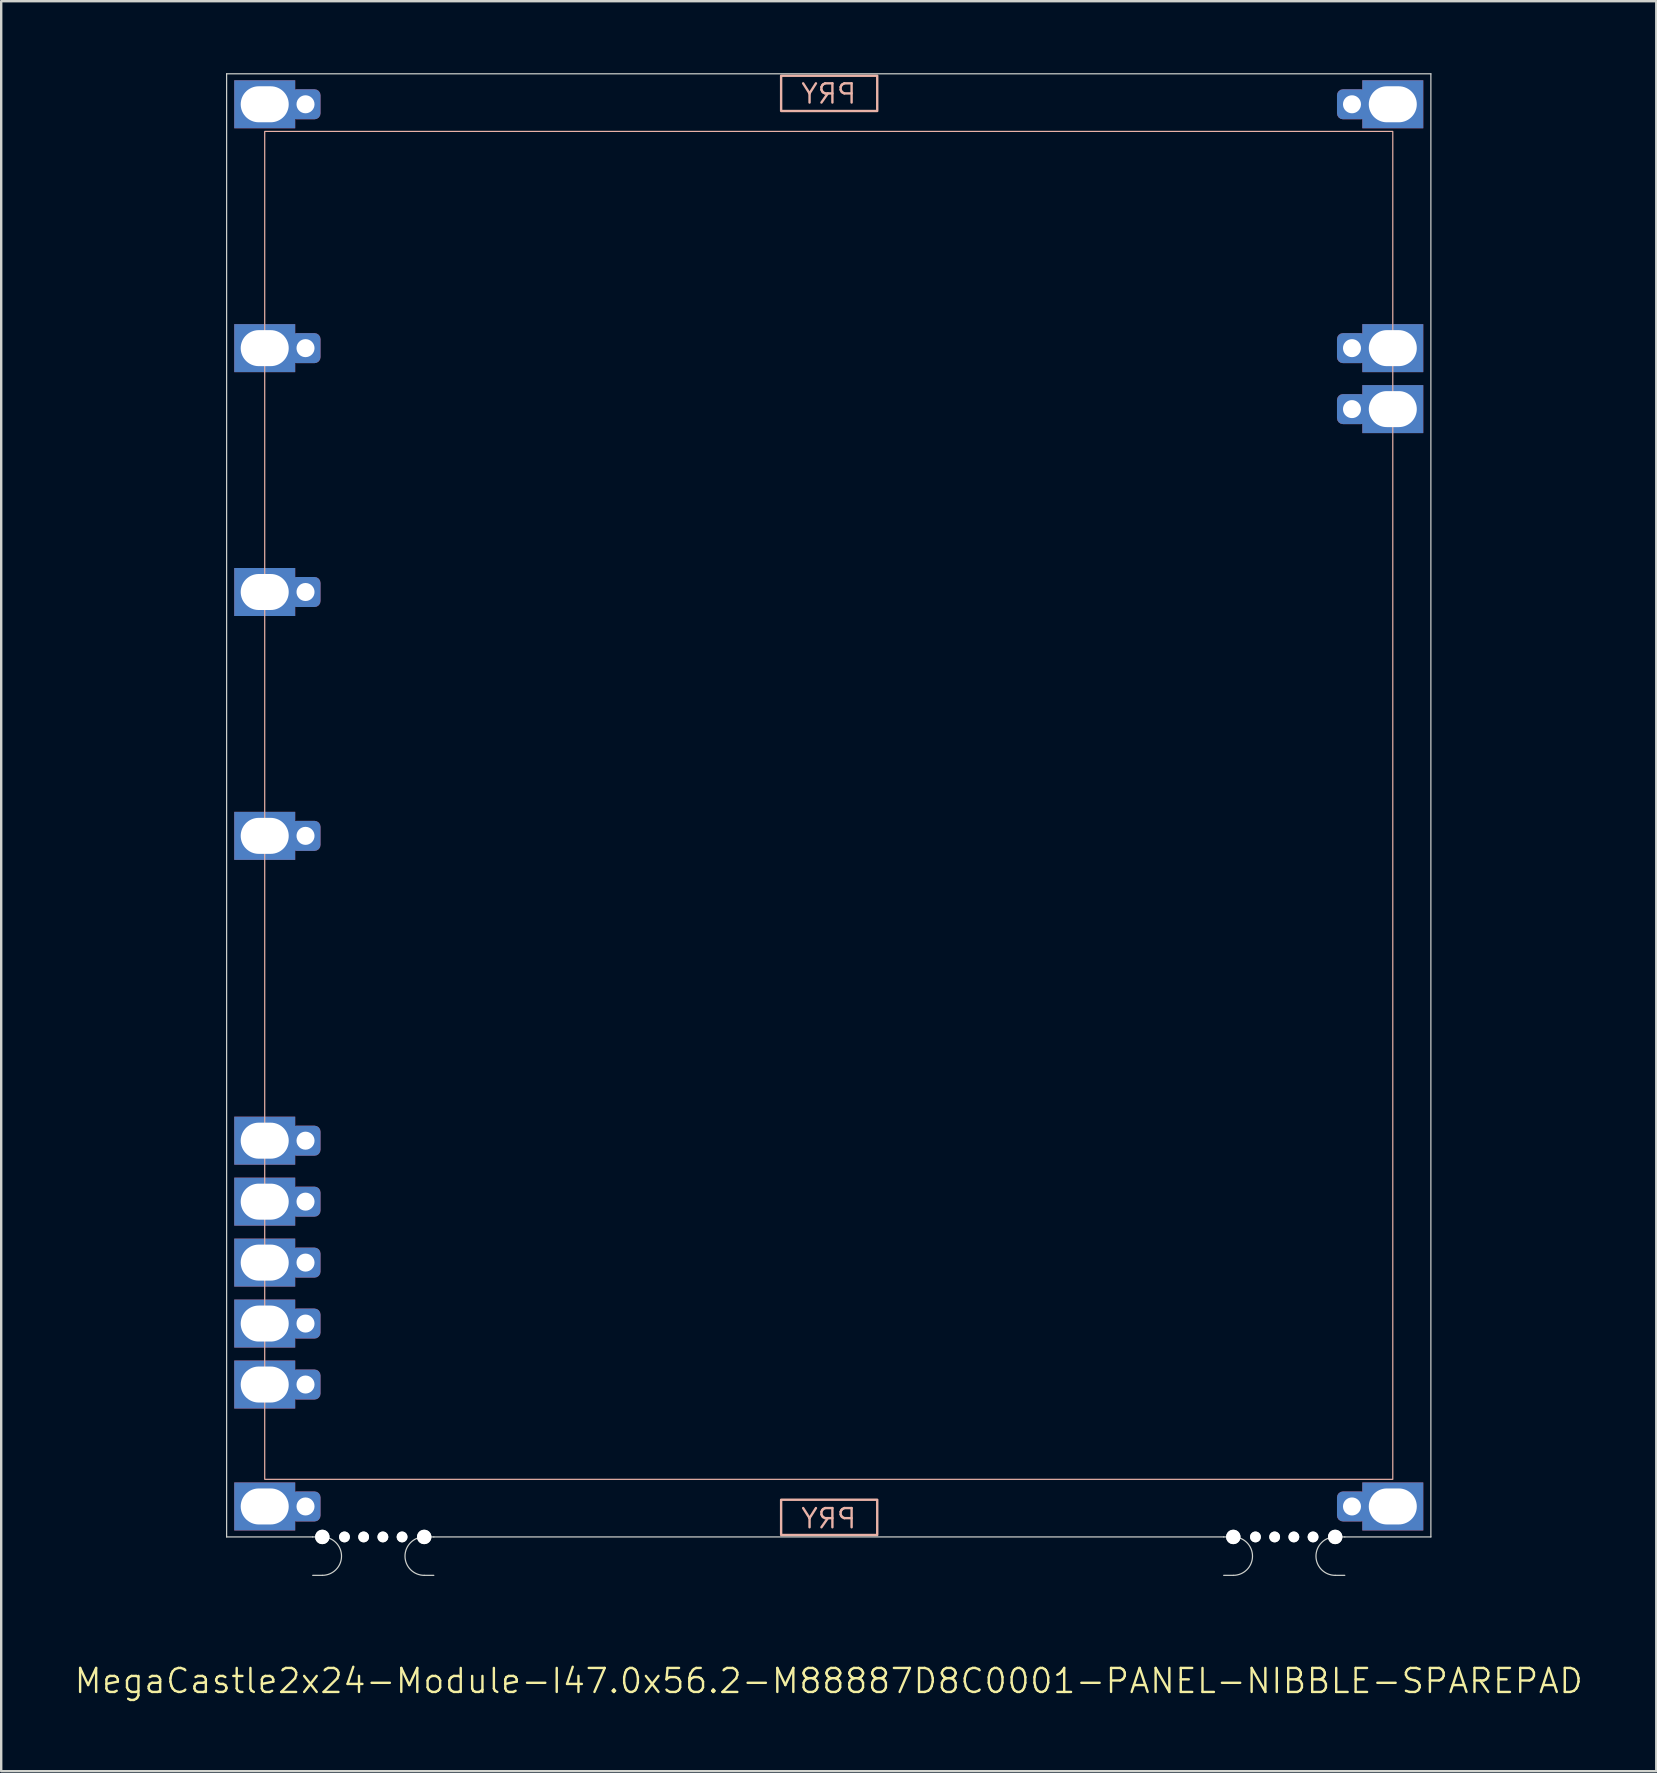
<source format=kicad_pcb>
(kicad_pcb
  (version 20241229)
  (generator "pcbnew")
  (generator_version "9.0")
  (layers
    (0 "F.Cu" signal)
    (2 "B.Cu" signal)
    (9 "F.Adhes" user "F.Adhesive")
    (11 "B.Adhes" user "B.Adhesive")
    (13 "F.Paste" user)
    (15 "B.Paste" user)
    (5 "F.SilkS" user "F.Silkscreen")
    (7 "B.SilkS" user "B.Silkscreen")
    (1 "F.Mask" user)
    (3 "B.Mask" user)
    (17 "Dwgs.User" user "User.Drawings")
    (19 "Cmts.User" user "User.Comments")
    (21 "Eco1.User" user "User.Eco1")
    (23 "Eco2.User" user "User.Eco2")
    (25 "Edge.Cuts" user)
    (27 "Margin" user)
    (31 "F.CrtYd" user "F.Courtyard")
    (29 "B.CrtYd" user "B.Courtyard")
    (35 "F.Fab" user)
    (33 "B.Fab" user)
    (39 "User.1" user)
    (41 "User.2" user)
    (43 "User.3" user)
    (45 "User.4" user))
  (footprint "MegaCastle2x24-Module-I47.0x56.2-M88887D8C0001-PANEL-NIBBLE-SPAREPAD"
    (layer "F.Cu")
    (at 31.479 30.505)
    (property "Reference" "MegaCastle2x24-Module-I47.0x56.2-M88887D8C0001-PANEL-NIBBLE-SPAREPAD" (at 0 36.48 0) (unlocked yes) (layer "F.SilkS") (effects (font (size 1 1) (thickness 0.1))))
    (attr smd)
    (fp_rect (start -23.5 28.08) (end 23.5 -28.08) (stroke (width 0.05) (type default)) (fill no) (layer "B.SilkS"))
    (fp_rect (start -1.984 -28.931) (end 2.02 -30.4) (stroke (width 0.1) (type default)) (fill no) (layer "B.SilkS"))
    (fp_rect (start -1.984 28.931) (end 2.02 30.4) (stroke (width 0.1) (type default)) (fill no) (layer "B.SilkS"))
    (fp_line (start -25.087 -30.48) (end -25.087 30.48) (stroke (width 0.05) (type default)) (layer "Edge.Cuts"))
    (fp_line (start -25.087 -30.48) (end 25.087 -30.48) (stroke (width 0.05) (type default)) (layer "Edge.Cuts"))
    (fp_line (start -25.087 30.48) (end -21.5 30.48) (stroke (width 0.05) (type default)) (layer "Edge.Cuts"))
    (fp_line (start -21.5 30.48) (end -21.1 30.48) (stroke (width 0.05) (type default)) (layer "Edge.Cuts"))
    (fp_line (start -21.5 32.08) (end -21.1 32.08) (stroke (width 0.05) (type default)) (layer "Edge.Cuts"))
    (fp_line (start -16.455 30.48) (end -16.855 30.48) (stroke (width 0.05) (type default)) (layer "Edge.Cuts"))
    (fp_line (start -16.455 30.48) (end 16.455 30.48) (stroke (width 0.05) (type default)) (layer "Edge.Cuts"))
    (fp_line (start -16.455 32.08) (end -16.855 32.08) (stroke (width 0.05) (type default)) (layer "Edge.Cuts"))
    (fp_line (start 16.455 30.48) (end 16.855 30.48) (stroke (width 0.05) (type default)) (layer "Edge.Cuts"))
    (fp_line (start 16.455 32.08) (end 16.855 32.08) (stroke (width 0.05) (type default)) (layer "Edge.Cuts"))
    (fp_line (start 21.5 30.48) (end 21.1 30.48) (stroke (width 0.05) (type default)) (layer "Edge.Cuts"))
    (fp_line (start 21.5 30.48) (end 25.087 30.48) (stroke (width 0.05) (type default)) (layer "Edge.Cuts"))
    (fp_line (start 21.5 32.08) (end 21.1 32.08) (stroke (width 0.05) (type default)) (layer "Edge.Cuts"))
    (fp_line (start 25.087 -30.48) (end 25.087 30.48) (stroke (width 0.05) (type default)) (layer "Edge.Cuts"))
    (fp_arc (start -21.1 30.48) (mid -20.299999 31.280001) (end -21.1 32.080002) (stroke (width 0.05) (type default)) (layer "Edge.Cuts"))
    (fp_arc (start -16.855 32.080002) (mid -17.655001 31.280001) (end -16.855 30.48) (stroke (width 0.05) (type default)) (layer "Edge.Cuts"))
    (fp_arc (start 16.855001 30.48) (mid 17.655003 31.280001) (end 16.855001 32.080002) (stroke (width 0.05) (type default)) (layer "Edge.Cuts"))
    (fp_arc (start 21.100002 32.080002) (mid 20.299998 31.28) (end 21.100002 30.48) (stroke (width 0.05) (type default)) (layer "Edge.Cuts"))
    (fp_text user "PRY" (at 0 30.18 0) (unlocked yes) (layer "B.SilkS") (effects (font (size 0.8 0.8) (thickness 0.1)) (justify bottom mirror)))
    (fp_text user "PRY" (at 0 -29.18 0) (unlocked yes) (layer "B.SilkS") (effects (font (size 0.8 0.8) (thickness 0.1)) (justify bottom mirror)))
    (pad "" np_thru_hole circle (at -21.1 30.48) (size 0.6 0.6) (drill 0.6) (layers "*.Cu" "Edge.Cuts"))
    (pad "" np_thru_hole circle (at -20.177 30.48) (size 0.45 0.45) (drill 0.45) (layers "*.Cu" "Edge.Cuts"))
    (pad "" np_thru_hole circle (at -19.378 30.48) (size 0.45 0.45) (drill 0.45) (layers "*.Cu" "Edge.Cuts"))
    (pad "" np_thru_hole circle (at -18.577 30.48) (size 0.45 0.45) (drill 0.45) (layers "*.Cu" "Edge.Cuts"))
    (pad "" np_thru_hole circle (at -17.777 30.48) (size 0.45 0.45) (drill 0.45) (layers "*.Cu" "Edge.Cuts"))
    (pad "" np_thru_hole circle (at -16.855 30.48) (size 0.6 0.6) (drill 0.6) (layers "*.Cu" "Edge.Cuts"))
    (pad "" np_thru_hole circle (at 16.855 30.48) (size 0.6 0.6) (drill 0.6) (layers "*.Cu" "Edge.Cuts"))
    (pad "" np_thru_hole circle (at 17.778 30.48) (size 0.45 0.45) (drill 0.45) (layers "*.Cu" "Edge.Cuts"))
    (pad "" np_thru_hole circle (at 18.578 30.48) (size 0.45 0.45) (drill 0.45) (layers "*.Cu" "Edge.Cuts"))
    (pad "" np_thru_hole circle (at 19.378 30.48) (size 0.45 0.45) (drill 0.45) (layers "*.Cu" "Edge.Cuts"))
    (pad "" np_thru_hole circle (at 20.178 30.48) (size 0.45 0.45) (drill 0.45) (layers "*.Cu" "Edge.Cuts"))
    (pad "" np_thru_hole circle (at 21.1 30.48) (size 0.6 0.6) (drill 0.6) (layers "*.Cu" "Edge.Cuts"))
    (pad "1" thru_hole rect (at -23.5 -29.21) (size 2.54 2) (drill oval 2 1.5) (property pad_prop_castellated) (layers "*.Cu" "*.Mask"))
    (pad "1" thru_hole roundrect (at -21.8 -29.21 180) (size 1.25 1.25) (drill 0.75) (layers "*.Cu" "*.Mask") (roundrect_rratio 0.2))
    (pad "5" thru_hole rect (at -23.5 -19.05) (size 2.54 2) (drill oval 2 1.5) (property pad_prop_castellated) (layers "*.Cu" "*.Mask"))
    (pad "5" thru_hole roundrect (at -21.8 -19.05 180) (size 1.25 1.25) (drill 0.75) (layers "*.Cu" "*.Mask") (roundrect_rratio 0.2))
    (pad "9" thru_hole rect (at -23.5 -8.89) (size 2.54 2) (drill oval 2 1.5) (property pad_prop_castellated) (layers "*.Cu" "*.Mask"))
    (pad "9" thru_hole roundrect (at -21.8 -8.89 180) (size 1.25 1.25) (drill 0.75) (layers "*.Cu" "*.Mask") (roundrect_rratio 0.2))
    (pad "13" thru_hole rect (at -23.5 1.27) (size 2.54 2) (drill oval 2 1.5) (property pad_prop_castellated) (layers "*.Cu" "*.Mask"))
    (pad "13" thru_hole roundrect (at -21.8 1.27 180) (size 1.25 1.25) (drill 0.75) (layers "*.Cu" "*.Mask") (roundrect_rratio 0.2))
    (pad "18" thru_hole rect (at -23.5 13.97) (size 2.54 2) (drill oval 2 1.5) (property pad_prop_castellated) (layers "*.Cu" "*.Mask"))
    (pad "18" thru_hole roundrect (at -21.8 13.97 180) (size 1.25 1.25) (drill 0.75) (layers "*.Cu" "*.Mask") (roundrect_rratio 0.2))
    (pad "19" thru_hole rect (at -23.5 16.51) (size 2.54 2) (drill oval 2 1.5) (property pad_prop_castellated) (layers "*.Cu" "*.Mask"))
    (pad "19" thru_hole roundrect (at -21.8 16.51 180) (size 1.25 1.25) (drill 0.75) (layers "*.Cu" "*.Mask") (roundrect_rratio 0.2))
    (pad "20" thru_hole rect (at -23.5 19.05) (size 2.54 2) (drill oval 2 1.5) (property pad_prop_castellated) (layers "*.Cu" "*.Mask"))
    (pad "20" thru_hole roundrect (at -21.8 19.05 180) (size 1.25 1.25) (drill 0.75) (layers "*.Cu" "*.Mask") (roundrect_rratio 0.2))
    (pad "21" thru_hole rect (at -23.5 21.59) (size 2.54 2) (drill oval 2 1.5) (property pad_prop_castellated) (layers "*.Cu" "*.Mask"))
    (pad "21" thru_hole roundrect (at -21.8 21.59 180) (size 1.25 1.25) (drill 0.75) (layers "*.Cu" "*.Mask") (roundrect_rratio 0.2))
    (pad "22" thru_hole rect (at -23.5 24.13) (size 2.54 2) (drill oval 2 1.5) (property pad_prop_castellated) (layers "*.Cu" "*.Mask"))
    (pad "22" thru_hole roundrect (at -21.8 24.13 180) (size 1.25 1.25) (drill 0.75) (layers "*.Cu" "*.Mask") (roundrect_rratio 0.2))
    (pad "24" thru_hole rect (at -23.5 29.21) (size 2.54 2) (drill oval 2 1.5) (property pad_prop_castellated) (layers "*.Cu" "*.Mask"))
    (pad "24" thru_hole roundrect (at -21.8 29.21 180) (size 1.25 1.25) (drill 0.75) (layers "*.Cu" "*.Mask") (roundrect_rratio 0.2))
    (pad "25" thru_hole roundrect (at 21.8 -29.21 180) (size 1.25 1.25) (drill 0.75) (layers "*.Cu" "*.Mask") (roundrect_rratio 0.2))
    (pad "25" thru_hole rect (at 23.5 -29.21) (size 2.54 2) (drill oval 2 1.5) (property pad_prop_castellated) (layers "*.Cu" "*.Mask"))
    (pad "29" thru_hole roundrect (at 21.8 -19.05 180) (size 1.25 1.25) (drill 0.75) (layers "*.Cu" "*.Mask") (roundrect_rratio 0.2))
    (pad "29" thru_hole rect (at 23.5 -19.05) (size 2.54 2) (drill oval 2 1.5) (property pad_prop_castellated) (layers "*.Cu" "*.Mask"))
    (pad "30" thru_hole roundrect (at 21.8 -16.51 180) (size 1.25 1.25) (drill 0.75) (layers "*.Cu" "*.Mask") (roundrect_rratio 0.2))
    (pad "30" thru_hole rect (at 23.5 -16.51) (size 2.54 2) (drill oval 2 1.5) (property pad_prop_castellated) (layers "*.Cu" "*.Mask"))
    (pad "48" thru_hole roundrect (at 21.8 29.21 180) (size 1.25 1.25) (drill 0.75) (layers "*.Cu" "*.Mask") (roundrect_rratio 0.2))
    (pad "48" thru_hole rect (at 23.5 29.21) (size 2.54 2) (drill oval 2 1.5) (property pad_prop_castellated) (layers "*.Cu" "*.Mask"))
    (zone (net_name "") (layer "B.Cu") (hatch edge 0.5) (connect_pads) (min_thickness 0.25) (filled_areas_thickness no) (keepout (tracks allowed) (vias allowed) (pads allowed) (copperpour allowed) (footprints not_allowed)) (placement (enabled no)) (fill) (polygon (pts (xy 7.979 60.985) (xy 7.979 0.025))))
    (zone (net_name "") (layer "B.Cu") (hatch edge 0.5) (connect_pads) (min_thickness 0.25) (filled_areas_thickness no) (keepout (tracks allowed) (vias allowed) (pads allowed) (copperpour allowed) (footprints not_allowed)) (placement (enabled no)) (fill) (polygon (pts (xy 54.979 60.985) (xy 54.979 0.025))))
    (zone (net_name "") (layer "B.Cu") (hatch edge 0.5) (connect_pads) (min_thickness 0.25) (filled_areas_thickness no) (keepout (tracks allowed) (vias allowed) (pads allowed) (copperpour allowed) (footprints not_allowed)) (placement (enabled no)) (fill) (polygon (pts (xy 7.979 0.025) (xy 7.979 2.425) (xy 54.979 2.425) (xy 54.979 0.025))))
    (zone (net_name "") (layer "B.Cu") (hatch edge 0.5) (connect_pads) (min_thickness 0.25) (filled_areas_thickness no) (keepout (tracks allowed) (vias allowed) (pads allowed) (copperpour allowed) (footprints not_allowed)) (placement (enabled no)) (fill) (polygon (pts (xy 7.979 60.985) (xy 7.979 58.585) (xy 54.979 58.585) (xy 54.979 60.985))))
    (zone (net_name "") (layer "B.Cu") (name "Upper Pry Zone") (hatch edge 0.5) (connect_pads) (min_thickness 0.25) (filled_areas_thickness no) (keepout (tracks not_allowed) (vias not_allowed) (pads not_allowed) (copperpour allowed) (footprints not_allowed)) (placement (enabled no)) (fill) (polygon (pts (xy 29.494 1.574) (xy 29.494 0.105) (xy 33.498 0.105) (xy 33.498 1.574))))
    (zone (net_name "") (layer "B.Cu") (name "Upper Pry Zone") (hatch edge 0.5) (connect_pads) (min_thickness 0.25) (filled_areas_thickness no) (keepout (tracks not_allowed) (vias not_allowed) (pads not_allowed) (copperpour allowed) (footprints not_allowed)) (placement (enabled no)) (fill) (polygon (pts (xy 29.494 59.436) (xy 29.494 60.905) (xy 33.498 60.905) (xy 33.498 59.436)))))
  (gr_rect
    (start -3 -3)
    (end 65.957 70.746)
    (stroke (width 0.1) (type default))
    (fill no)
    (layer "Edge.Cuts")))
</source>
